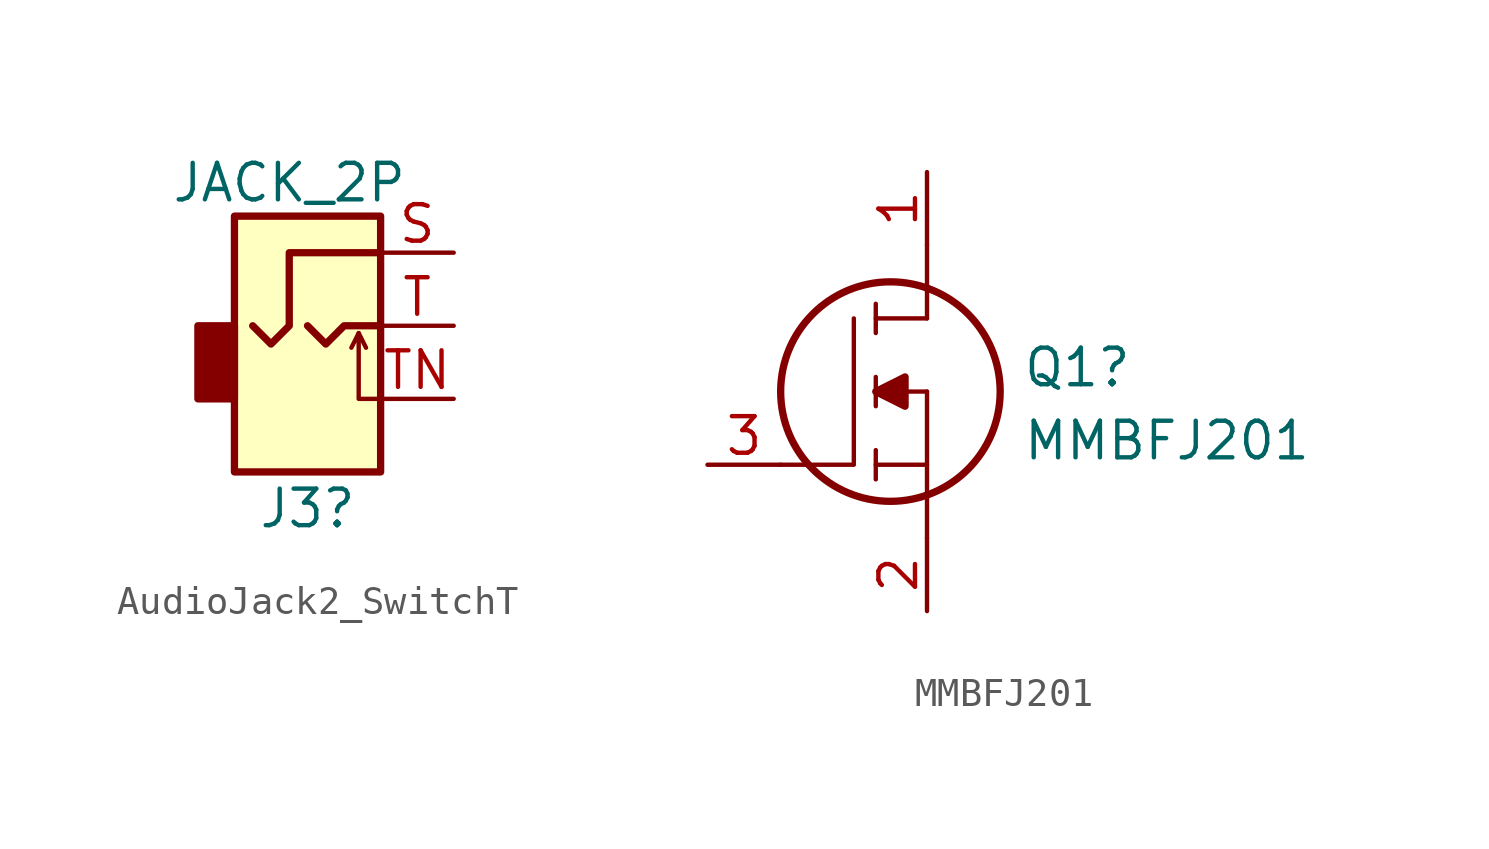
<source format=kicad_sym>
(kicad_symbol_lib
  (version 20241209)
  (generator "kicad_symbol_editor")
  (generator_version "9.0")
  (symbol "AudioJack2_SwitchT"
    (property "Reference" "J3"
      (at 0 -6.35 0)
      (effects (font (size 1.27 1.27))))
    (property "Value" "JACK_2P"
      (at -0.635 4.973 0)
      (effects (font (size 1.27 1.27))))
    (property "Description" ""
      (at 0 0 0)
      (effects (font (size 1.27 1.27))))
    (symbol "AudioJack2_SwitchT_0_1"
      (rectangle (start -2.54 0) (end -3.81 -2.54) (stroke (width 0.254) (type default)) (fill (type outline)))
      (polyline (pts (xy 0 0) (xy 0.635 -0.635) (xy 1.27 0) (xy 2.54 0)) (stroke (width 0.254) (type default)) (fill (type none)))
      (polyline (pts (xy 1.778 -0.254) (xy 2.032 -0.762)) (stroke (width 0) (type default)) (fill (type none)))
      (rectangle (start 2.54 3.81) (end -2.54 -5.08) (stroke (width 0.254) (type default)) (fill (type background)))
      (polyline (pts (xy 2.54 2.54) (xy -0.635 2.54) (xy -0.635 0) (xy -1.27 -0.635) (xy -1.905 0)) (stroke (width 0.254) (type default)) (fill (type none)))
      (polyline (pts (xy 2.54 -2.54) (xy 1.778 -2.54) (xy 1.778 -0.254) (xy 1.524 -0.762)) (stroke (width 0) (type default)) (fill (type none))))
    (symbol "AudioJack2_SwitchT_1_1"
      (pin passive line (at 5.08 2.54 180) (length 2.54) (name "~" (effects (font (size 1.27 1.27)))) (number "S" (effects (font (size 1.27 1.27)))))
      (pin passive line (at 5.08 0 180) (length 2.54) (name "~" (effects (font (size 1.27 1.27)))) (number "T" (effects (font (size 1.27 1.27)))))
      (pin passive line (at 5.08 -2.54 180) (length 2.54) (name "~" (effects (font (size 1.27 1.27)))) (number "TN" (effects (font (size 1.27 1.27)))))))
  (symbol "MMBFJ201"
    (pin_names
      (offset 0.762))
    (property "Reference" "Q1"
      (at 10.922 3.375 0)
      (effects (font (size 1.27 1.27)) (justify left)))
    (property "Value" "MMBFJ201"
      (at 10.922 0.838 0)
      (effects (font (size 1.27 1.27)) (justify left)))
    (symbol "MMBFJ201_0_0"
      (pin passive line (at 0 0 0) (length 2.54) (name "~" (effects (font (size 1.27 1.27)))) (number "3" (effects (font (size 1.27 1.27)))))
      (pin passive line (at 7.62 10.16 270) (length 2.54) (name "~" (effects (font (size 1.27 1.27)))) (number "1" (effects (font (size 1.27 1.27)))))
      (pin passive line (at 7.62 -5.08 90) (length 2.54) (name "~" (effects (font (size 1.27 1.27)))) (number "2" (effects (font (size 1.27 1.27))))))
    (symbol "MMBFJ201_0_1"
      (polyline (pts (xy 2.54 0) (xy 5.08 0) (xy 5.08 5.08)) (stroke (width 0.152) (type default)) (fill (type none)))
      (polyline (pts (xy 5.842 5.588) (xy 5.842 4.572)) (stroke (width 0.152) (type default)) (fill (type none)))
      (polyline (pts (xy 5.842 2.54) (xy 6.858 3.048) (xy 6.858 2.032) (xy 5.842 2.54)) (stroke (width 0.254) (type default)) (fill (type outline)))
      (polyline (pts (xy 5.842 2.032) (xy 5.842 3.048)) (stroke (width 0.152) (type default)) (fill (type none)))
      (polyline (pts (xy 5.842 0) (xy 7.62 0)) (stroke (width 0.152) (type default)) (fill (type none)))
      (polyline (pts (xy 5.842 -0.508) (xy 5.842 0.508)) (stroke (width 0.152) (type default)) (fill (type none)))
      (circle (center 6.35 2.54) (radius 3.81) (stroke (width 0.254) (type default)) (fill (type none)))
      (polyline (pts (xy 7.62 5.08) (xy 5.842 5.08)) (stroke (width 0.152) (type default)) (fill (type none)))
      (polyline (pts (xy 7.62 5.08) (xy 7.62 7.62)) (stroke (width 0.152) (type default)) (fill (type none)))
      (polyline (pts (xy 7.62 2.54) (xy 5.842 2.54)) (stroke (width 0.152) (type default)) (fill (type none)))
      (polyline (pts (xy 7.62 2.54) (xy 7.62 -2.54)) (stroke (width 0.152) (type default)) (fill (type none))))))
</source>
